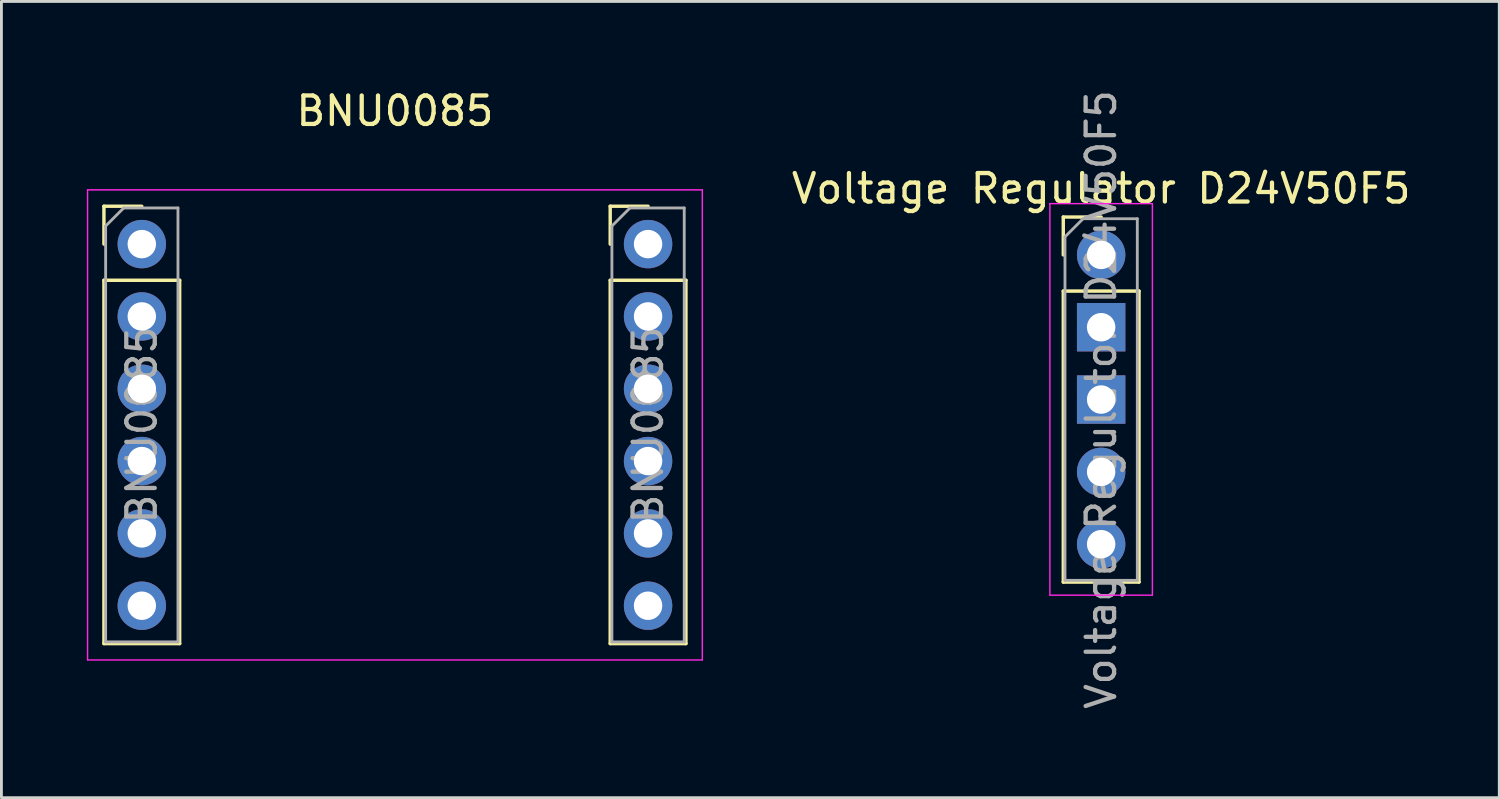
<source format=kicad_pcb>
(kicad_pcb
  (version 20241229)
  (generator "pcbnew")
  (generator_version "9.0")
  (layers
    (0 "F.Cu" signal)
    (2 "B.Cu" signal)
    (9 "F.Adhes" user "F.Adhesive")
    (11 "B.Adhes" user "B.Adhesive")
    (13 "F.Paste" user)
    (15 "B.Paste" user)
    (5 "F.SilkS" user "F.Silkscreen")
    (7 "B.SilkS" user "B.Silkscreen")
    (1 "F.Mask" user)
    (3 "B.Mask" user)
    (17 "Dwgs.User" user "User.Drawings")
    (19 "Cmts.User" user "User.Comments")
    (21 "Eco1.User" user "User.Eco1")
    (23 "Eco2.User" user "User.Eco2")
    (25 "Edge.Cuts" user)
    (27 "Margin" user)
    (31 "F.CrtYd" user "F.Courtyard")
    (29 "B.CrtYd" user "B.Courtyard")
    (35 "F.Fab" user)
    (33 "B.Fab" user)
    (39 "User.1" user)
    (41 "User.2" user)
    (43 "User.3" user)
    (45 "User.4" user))
  (footprint "Voltage Regulator D24V50F5"
    (layer "F.Cu")
    (at 35.622 5.902)
    (property "Reference" "Voltage Regulator D24V50F5" (at 0 -2.33 0) (layer "F.SilkS") (effects (font (size 1 1) (thickness 0.15))))
    (attr through_hole)
    (fp_line (start -1.33 -1.33) (end 0 -1.33) (stroke (width 0.12) (type solid)) (layer "F.SilkS"))
    (fp_line (start -1.33 0) (end -1.33 -1.33) (stroke (width 0.12) (type solid)) (layer "F.SilkS"))
    (fp_line (start -1.33 1.27) (end -1.33 11.49) (stroke (width 0.12) (type solid)) (layer "F.SilkS"))
    (fp_line (start -1.33 1.27) (end 1.33 1.27) (stroke (width 0.12) (type solid)) (layer "F.SilkS"))
    (fp_line (start -1.33 11.49) (end 1.33 11.49) (stroke (width 0.12) (type solid)) (layer "F.SilkS"))
    (fp_line (start 1.33 1.27) (end 1.33 11.49) (stroke (width 0.12) (type solid)) (layer "F.SilkS"))
    (fp_line (start -1.8 -1.8) (end -1.8 11.95) (stroke (width 0.05) (type solid)) (layer "F.CrtYd"))
    (fp_line (start -1.8 11.95) (end 1.8 11.95) (stroke (width 0.05) (type solid)) (layer "F.CrtYd"))
    (fp_line (start 1.8 -1.8) (end -1.8 -1.8) (stroke (width 0.05) (type solid)) (layer "F.CrtYd"))
    (fp_line (start 1.8 11.95) (end 1.8 -1.8) (stroke (width 0.05) (type solid)) (layer "F.CrtYd"))
    (fp_line (start -1.27 -0.635) (end -0.635 -1.27) (stroke (width 0.1) (type solid)) (layer "F.Fab"))
    (fp_line (start -1.27 11.43) (end -1.27 -0.635) (stroke (width 0.1) (type solid)) (layer "F.Fab"))
    (fp_line (start -0.635 -1.27) (end 1.27 -1.27) (stroke (width 0.1) (type solid)) (layer "F.Fab"))
    (fp_line (start 1.27 -1.27) (end 1.27 11.43) (stroke (width 0.1) (type solid)) (layer "F.Fab"))
    (fp_line (start 1.27 11.43) (end -1.27 11.43) (stroke (width 0.1) (type solid)) (layer "F.Fab"))
    (fp_text user "${REFERENCE}" (at 0 5.08 90) (layer "F.Fab") (effects (font (size 1 1) (thickness 0.15))))
    (pad "1" thru_hole circle (at 0 0) (size 1.7 1.7) (drill 1) (layers "*.Cu" "*.Mask"))
    (pad "2" thru_hole rect (at 0 2.54) (size 1.7 1.7) (drill 1) (layers "*.Cu" "*.Mask"))
    (pad "3" thru_hole rect (at 0 5.08) (size 1.7 1.7) (drill 1) (layers "*.Cu" "*.Mask"))
    (pad "4" thru_hole oval (at 0 7.62) (size 1.7 1.7) (drill 1) (layers "*.Cu" "*.Mask"))
    (pad "5" thru_hole oval (at 0 10.16) (size 1.7 1.7) (drill 1) (layers "*.Cu" "*.Mask")))
  (footprint "BNU0085"
    (layer "F.Cu")
    (at 10.82 1.078)
    (property "Reference" "BNU0085" (at 0 -0.23 0) (unlocked yes) (layer "F.SilkS") (effects (font (size 1 1) (thickness 0.15))))
    (attr through_hole)
    (fp_line (start -10.22 3.115) (end -8.89 3.115) (stroke (width 0.12) (type solid)) (layer "F.SilkS"))
    (fp_line (start -10.22 4.445) (end -10.22 3.115) (stroke (width 0.12) (type solid)) (layer "F.SilkS"))
    (fp_line (start -10.22 5.715) (end -10.22 18.475) (stroke (width 0.12) (type solid)) (layer "F.SilkS"))
    (fp_line (start -10.22 5.715) (end -7.56 5.715) (stroke (width 0.12) (type solid)) (layer "F.SilkS"))
    (fp_line (start -10.22 18.475) (end -7.56 18.475) (stroke (width 0.12) (type solid)) (layer "F.SilkS"))
    (fp_line (start -7.56 5.715) (end -7.56 18.475) (stroke (width 0.12) (type solid)) (layer "F.SilkS"))
    (fp_line (start 7.56 3.115) (end 8.89 3.115) (stroke (width 0.12) (type solid)) (layer "F.SilkS"))
    (fp_line (start 7.56 4.445) (end 7.56 3.115) (stroke (width 0.12) (type solid)) (layer "F.SilkS"))
    (fp_line (start 7.56 5.715) (end 7.56 18.475) (stroke (width 0.12) (type solid)) (layer "F.SilkS"))
    (fp_line (start 7.56 5.715) (end 10.22 5.715) (stroke (width 0.12) (type solid)) (layer "F.SilkS"))
    (fp_line (start 7.56 18.475) (end 10.22 18.475) (stroke (width 0.12) (type solid)) (layer "F.SilkS"))
    (fp_line (start 10.22 5.715) (end 10.22 18.475) (stroke (width 0.12) (type solid)) (layer "F.SilkS"))
    (fp_line (start -10.795 2.54) (end -10.795 19.05) (stroke (width 0.05) (type solid)) (layer "F.CrtYd"))
    (fp_line (start -10.795 19.05) (end 10.795 19.05) (stroke (width 0.05) (type solid)) (layer "F.CrtYd"))
    (fp_line (start 10.795 2.54) (end -10.795 2.54) (stroke (width 0.05) (type solid)) (layer "F.CrtYd"))
    (fp_line (start 10.795 19.05) (end 10.795 2.54) (stroke (width 0.05) (type solid)) (layer "F.CrtYd"))
    (fp_line (start -10.16 3.81) (end -9.525 3.175) (stroke (width 0.1) (type solid)) (layer "F.Fab"))
    (fp_line (start -10.16 18.415) (end -10.16 3.81) (stroke (width 0.1) (type solid)) (layer "F.Fab"))
    (fp_line (start -9.525 3.175) (end -7.62 3.175) (stroke (width 0.1) (type solid)) (layer "F.Fab"))
    (fp_line (start -7.62 3.175) (end -7.62 18.415) (stroke (width 0.1) (type solid)) (layer "F.Fab"))
    (fp_line (start -7.62 18.415) (end -10.16 18.415) (stroke (width 0.1) (type solid)) (layer "F.Fab"))
    (fp_line (start 7.62 3.81) (end 8.255 3.175) (stroke (width 0.1) (type solid)) (layer "F.Fab"))
    (fp_line (start 7.62 18.415) (end 7.62 3.81) (stroke (width 0.1) (type solid)) (layer "F.Fab"))
    (fp_line (start 8.255 3.175) (end 10.16 3.175) (stroke (width 0.1) (type solid)) (layer "F.Fab"))
    (fp_line (start 10.16 3.175) (end 10.16 18.415) (stroke (width 0.1) (type solid)) (layer "F.Fab"))
    (fp_line (start 10.16 18.415) (end 7.62 18.415) (stroke (width 0.1) (type solid)) (layer "F.Fab"))
    (fp_text user "${REFERENCE}" (at 8.89 10.795 90) (layer "F.Fab") (effects (font (size 1 1) (thickness 0.15))))
    (fp_text user "${REFERENCE}" (at -8.89 10.795 90) (layer "F.Fab") (effects (font (size 1 1) (thickness 0.15))))
    (pad "1" thru_hole circle (at -8.89 4.445) (size 1.7 1.7) (drill 1) (layers "*.Cu" "*.Mask"))
    (pad "1" thru_hole circle (at 8.89 4.445) (size 1.7 1.7) (drill 1) (layers "*.Cu" "*.Mask"))
    (pad "2" thru_hole oval (at -8.89 6.985) (size 1.7 1.7) (drill 1) (layers "*.Cu" "*.Mask"))
    (pad "2" thru_hole oval (at 8.89 6.985) (size 1.7 1.7) (drill 1) (layers "*.Cu" "*.Mask"))
    (pad "3" thru_hole oval (at -8.89 9.525) (size 1.7 1.7) (drill 1) (layers "*.Cu" "*.Mask"))
    (pad "3" thru_hole oval (at 8.89 9.525) (size 1.7 1.7) (drill 1) (layers "*.Cu" "*.Mask"))
    (pad "4" thru_hole oval (at -8.89 12.065) (size 1.7 1.7) (drill 1) (layers "*.Cu" "*.Mask"))
    (pad "4" thru_hole oval (at 8.89 12.065) (size 1.7 1.7) (drill 1) (layers "*.Cu" "*.Mask"))
    (pad "5" thru_hole oval (at -8.89 14.605) (size 1.7 1.7) (drill 1) (layers "*.Cu" "*.Mask"))
    (pad "5" thru_hole oval (at 8.89 14.605) (size 1.7 1.7) (drill 1) (layers "*.Cu" "*.Mask"))
    (pad "6" thru_hole oval (at -8.89 17.145) (size 1.7 1.7) (drill 1) (layers "*.Cu" "*.Mask"))
    (pad "6" thru_hole oval (at 8.89 17.145) (size 1.7 1.7) (drill 1) (layers "*.Cu" "*.Mask")))
  (gr_rect
    (start -3 -3)
    (end 49.604 24.964)
    (stroke (width 0.1) (type default))
    (fill no)
    (layer "Edge.Cuts")))
</source>
